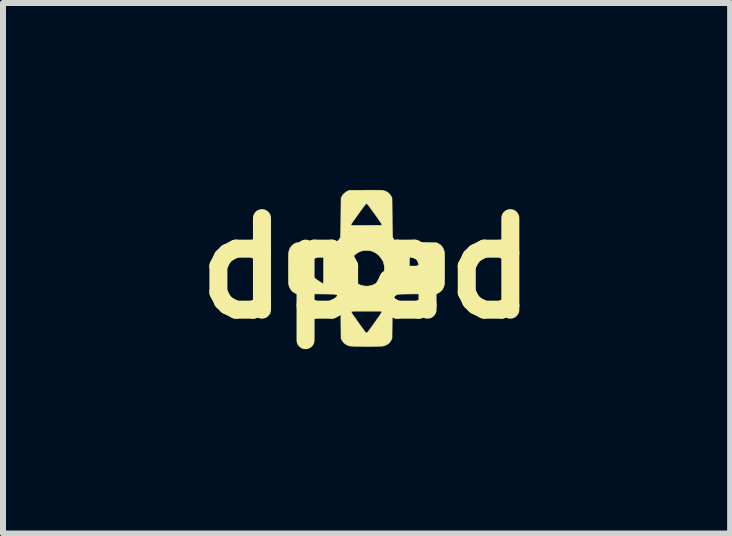
<source format=kicad_pcb>
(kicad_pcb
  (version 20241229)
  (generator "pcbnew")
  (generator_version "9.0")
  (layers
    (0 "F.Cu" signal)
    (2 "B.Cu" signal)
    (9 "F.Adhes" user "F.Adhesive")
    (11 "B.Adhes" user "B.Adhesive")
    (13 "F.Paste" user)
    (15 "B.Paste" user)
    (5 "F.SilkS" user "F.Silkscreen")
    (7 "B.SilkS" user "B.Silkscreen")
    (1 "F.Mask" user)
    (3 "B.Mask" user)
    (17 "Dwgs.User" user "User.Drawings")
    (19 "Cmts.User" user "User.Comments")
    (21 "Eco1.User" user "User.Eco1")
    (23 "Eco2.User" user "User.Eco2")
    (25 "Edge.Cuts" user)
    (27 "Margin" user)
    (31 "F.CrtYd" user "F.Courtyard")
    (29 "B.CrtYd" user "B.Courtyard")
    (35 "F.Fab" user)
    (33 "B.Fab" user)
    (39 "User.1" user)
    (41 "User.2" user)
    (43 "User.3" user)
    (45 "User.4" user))
  (footprint "dpad"
    (layer "F.Cu")
    (at 3.055 1.418)
    (property "Reference" "dpad" (at 0 0 0) (layer "F.SilkS") (effects (font (size 1.524 1.524) (thickness 0.3))))
    (attr through_hole)
    (fp_poly (pts (xy 0.139 -1.3) (xy 0.182 -1.299) (xy 0.217 -1.299) (xy 0.244 -1.298) (xy 0.262 -1.297) (xy 0.267 -1.296) (xy 0.311 -1.285) (xy 0.349 -1.265) (xy 0.38 -1.239) (xy 0.405 -1.206) (xy 0.411 -1.194) (xy 0.424 -1.166) (xy 0.427 -0.846) (xy 0.427 -0.78) (xy 0.428 -0.724) (xy 0.428 -0.677) (xy 0.429 -0.637) (xy 0.429 -0.605) (xy 0.43 -0.579) (xy 0.431 -0.558) (xy 0.432 -0.542) (xy 0.433 -0.529) (xy 0.434 -0.52) (xy 0.436 -0.513) (xy 0.437 -0.508) (xy 0.438 -0.505) (xy 0.457 -0.477) (xy 0.482 -0.453) (xy 0.503 -0.44) (xy 0.508 -0.438) (xy 0.513 -0.436) (xy 0.519 -0.434) (xy 0.527 -0.433) (xy 0.538 -0.432) (xy 0.553 -0.431) (xy 0.571 -0.43) (xy 0.595 -0.429) (xy 0.624 -0.429) (xy 0.66 -0.428) (xy 0.704 -0.428) (xy 0.756 -0.427) (xy 0.817 -0.427) (xy 0.846 -0.427) (xy 1.166 -0.424) (xy 1.194 -0.411) (xy 1.229 -0.389) (xy 1.258 -0.36) (xy 1.279 -0.324) (xy 1.293 -0.283) (xy 1.296 -0.271) (xy 1.297 -0.259) (xy 1.298 -0.238) (xy 1.298 -0.209) (xy 1.299 -0.174) (xy 1.3 -0.134) (xy 1.3 -0.09) (xy 1.3 -0.044) (xy 1.3 0.003) (xy 1.3 0.051) (xy 1.3 0.096) (xy 1.3 0.14) (xy 1.299 0.179) (xy 1.298 0.213) (xy 1.298 0.241) (xy 1.297 0.261) (xy 1.296 0.271) (xy 1.284 0.313) (xy 1.264 0.351) (xy 1.237 0.382) (xy 1.204 0.406) (xy 1.194 0.411) (xy 1.166 0.424) (xy 0.846 0.427) (xy 0.781 0.427) (xy 0.725 0.428) (xy 0.678 0.428) (xy 0.639 0.429) (xy 0.607 0.429) (xy 0.581 0.43) (xy 0.56 0.431) (xy 0.544 0.431) (xy 0.532 0.433) (xy 0.522 0.434) (xy 0.516 0.435) (xy 0.51 0.437) (xy 0.505 0.439) (xy 0.503 0.44) (xy 0.474 0.459) (xy 0.451 0.485) (xy 0.438 0.505) (xy 0.437 0.51) (xy 0.435 0.516) (xy 0.434 0.524) (xy 0.432 0.534) (xy 0.431 0.548) (xy 0.43 0.567) (xy 0.43 0.59) (xy 0.429 0.619) (xy 0.429 0.655) (xy 0.428 0.698) (xy 0.428 0.749) (xy 0.427 0.809) (xy 0.427 0.846) (xy 0.424 1.166) (xy 0.411 1.194) (xy 0.389 1.229) (xy 0.36 1.258) (xy 0.324 1.279) (xy 0.283 1.293) (xy 0.271 1.296) (xy 0.26 1.297) (xy 0.239 1.297) (xy 0.211 1.298) (xy 0.177 1.299) (xy 0.138 1.299) (xy 0.095 1.3) (xy 0.049 1.3) (xy 0.002 1.3) (xy -0.046 1.3) (xy -0.092 1.299) (xy -0.135 1.299) (xy -0.175 1.299) (xy -0.211 1.298) (xy -0.24 1.297) (xy -0.261 1.296) (xy -0.274 1.295) (xy -0.275 1.295) (xy -0.312 1.284) (xy -0.347 1.265) (xy -0.378 1.24) (xy -0.402 1.21) (xy -0.412 1.192) (xy -0.424 1.166) (xy -0.427 0.846) (xy -0.427 0.781) (xy -0.428 0.725) (xy -0.428 0.724) (xy -0.258 0.724) (xy -0.255 0.731) (xy -0.247 0.747) (xy -0.233 0.769) (xy -0.213 0.798) (xy -0.188 0.833) (xy -0.177 0.848) (xy -0.153 0.882) (xy -0.129 0.916) (xy -0.105 0.95) (xy -0.083 0.98) (xy -0.065 1.005) (xy -0.054 1.02) (xy -0.037 1.043) (xy -0.025 1.059) (xy -0.016 1.069) (xy -0.008 1.075) (xy -0.002 1.077) (xy 0.00025 1.077) (xy 0.004 1.076) (xy 0.009 1.074) (xy 0.015 1.068) (xy 0.023 1.06) (xy 0.033 1.047) (xy 0.047 1.029) (xy 0.064 1.006) (xy 0.086 0.977) (xy 0.112 0.94) (xy 0.135 0.908) (xy 0.169 0.86) (xy 0.197 0.82) (xy 0.221 0.786) (xy 0.238 0.759) (xy 0.25 0.74) (xy 0.256 0.729) (xy 0.256 0.726) (xy 0.257 0.714) (xy 0 0.714) (xy -0.058 0.714) (xy -0.106 0.714) (xy -0.146 0.714) (xy -0.178 0.714) (xy -0.203 0.714) (xy -0.222 0.715) (xy -0.236 0.716) (xy -0.246 0.717) (xy -0.252 0.718) (xy -0.256 0.719) (xy -0.257 0.721) (xy -0.258 0.724) (xy -0.258 0.724) (xy -0.428 0.724) (xy -0.428 0.678) (xy -0.429 0.639) (xy -0.429 0.607) (xy -0.43 0.581) (xy -0.431 0.56) (xy -0.431 0.544) (xy -0.433 0.532) (xy -0.434 0.522) (xy -0.435 0.516) (xy -0.437 0.51) (xy -0.439 0.505) (xy -0.44 0.503) (xy -0.459 0.474) (xy -0.485 0.451) (xy -0.505 0.438) (xy -0.51 0.437) (xy -0.516 0.435) (xy -0.524 0.434) (xy -0.534 0.432) (xy -0.548 0.431) (xy -0.567 0.43) (xy -0.59 0.43) (xy -0.619 0.429) (xy -0.655 0.429) (xy -0.698 0.428) (xy -0.749 0.428) (xy -0.809 0.427) (xy -0.846 0.427) (xy -1.166 0.424) (xy -1.194 0.411) (xy -1.229 0.389) (xy -1.258 0.359) (xy -1.279 0.323) (xy -1.293 0.283) (xy -1.295 0.272) (xy -1.297 0.259) (xy -1.298 0.238) (xy -1.298 0.209) (xy -1.299 0.174) (xy -1.3 0.134) (xy -1.3 0.09) (xy -1.3 0.044) (xy -1.3 0.0001) (xy -1.077 0.0001) (xy -1.076 0.004) (xy -1.074 0.009) (xy -1.069 0.015) (xy -1.06 0.022) (xy -1.048 0.033) (xy -1.031 0.046) (xy -1.008 0.063) (xy -0.979 0.084) (xy -0.944 0.109) (xy -0.906 0.137) (xy -0.858 0.17) (xy -0.818 0.199) (xy -0.784 0.222) (xy -0.758 0.239) (xy -0.738 0.251) (xy -0.727 0.257) (xy -0.724 0.258) (xy -0.722 0.257) (xy -0.72 0.256) (xy -0.718 0.253) (xy -0.717 0.247) (xy -0.716 0.238) (xy -0.715 0.224) (xy -0.715 0.206) (xy -0.714 0.181) (xy -0.714 0.15) (xy -0.714 0.111) (xy -0.714 0.064) (xy -0.714 0.018) (xy -0.298 0.018) (xy -0.29 0.069) (xy -0.273 0.119) (xy -0.247 0.167) (xy -0.246 0.168) (xy -0.212 0.209) (xy -0.172 0.244) (xy -0.127 0.27) (xy -0.079 0.288) (xy -0.028 0.297) (xy 0.025 0.298) (xy 0.077 0.289) (xy 0.097 0.283) (xy 0.146 0.26) (xy 0.189 0.231) (xy 0.225 0.195) (xy 0.255 0.154) (xy 0.277 0.109) (xy 0.283 0.091) (xy 0.712 0.091) (xy 0.712 0.134) (xy 0.712 0.172) (xy 0.712 0.204) (xy 0.713 0.228) (xy 0.713 0.245) (xy 0.714 0.253) (xy 0.714 0.253) (xy 0.72 0.258) (xy 0.728 0.258) (xy 0.735 0.255) (xy 0.748 0.246) (xy 0.769 0.233) (xy 0.794 0.215) (xy 0.824 0.194) (xy 0.858 0.171) (xy 0.894 0.145) (xy 0.908 0.135) (xy 0.951 0.104) (xy 0.985 0.079) (xy 1.013 0.059) (xy 1.035 0.042) (xy 1.051 0.03) (xy 1.063 0.02) (xy 1.07 0.012) (xy 1.075 0.007) (xy 1.077 0.002) (xy 1.077 0.000095) (xy 1.076 -0.004) (xy 1.073 -0.009) (xy 1.068 -0.015) (xy 1.058 -0.023) (xy 1.045 -0.034) (xy 1.027 -0.048) (xy 1.003 -0.066) (xy 0.972 -0.089) (xy 0.934 -0.116) (xy 0.908 -0.135) (xy 0.859 -0.17) (xy 0.817 -0.199) (xy 0.783 -0.222) (xy 0.757 -0.24) (xy 0.739 -0.251) (xy 0.728 -0.256) (xy 0.726 -0.256) (xy 0.714 -0.257) (xy 0.712 -0.005) (xy 0.712 0.045) (xy 0.712 0.091) (xy 0.283 0.091) (xy 0.292 0.061) (xy 0.299 0.011) (xy 0.296 -0.04) (xy 0.285 -0.09) (xy 0.27 -0.128) (xy 0.243 -0.173) (xy 0.208 -0.213) (xy 0.166 -0.247) (xy 0.12 -0.273) (xy 0.091 -0.285) (xy 0.069 -0.291) (xy 0.049 -0.295) (xy 0.025 -0.297) (xy 0 -0.297) (xy -0.046 -0.295) (xy -0.087 -0.287) (xy -0.124 -0.272) (xy -0.163 -0.25) (xy -0.165 -0.248) (xy -0.208 -0.214) (xy -0.242 -0.174) (xy -0.269 -0.13) (xy -0.287 -0.083) (xy -0.297 -0.033) (xy -0.298 0.018) (xy -0.714 0.018) (xy -0.714 0.008) (xy -0.714 0) (xy -0.714 -0.257) (xy -0.726 -0.256) (xy -0.734 -0.253) (xy -0.75 -0.244) (xy -0.774 -0.229) (xy -0.805 -0.208) (xy -0.843 -0.181) (xy -0.889 -0.149) (xy -0.908 -0.135) (xy -0.95 -0.105) (xy -0.985 -0.08) (xy -1.013 -0.059) (xy -1.034 -0.043) (xy -1.05 -0.03) (xy -1.062 -0.021) (xy -1.07 -0.013) (xy -1.074 -0.008) (xy -1.077 -0.003) (xy -1.077 0.0001) (xy -1.3 0.0001) (xy -1.3 -0.004) (xy -1.3 -0.051) (xy -1.3 -0.097) (xy -1.3 -0.141) (xy -1.299 -0.18) (xy -1.298 -0.214) (xy -1.297 -0.242) (xy -1.296 -0.262) (xy -1.295 -0.272) (xy -1.284 -0.313) (xy -1.264 -0.35) (xy -1.237 -0.382) (xy -1.204 -0.406) (xy -1.194 -0.411) (xy -1.166 -0.424) (xy -0.846 -0.427) (xy -0.781 -0.427) (xy -0.725 -0.428) (xy -0.678 -0.428) (xy -0.639 -0.429) (xy -0.607 -0.429) (xy -0.581 -0.43) (xy -0.56 -0.431) (xy -0.544 -0.431) (xy -0.532 -0.433) (xy -0.522 -0.434) (xy -0.516 -0.435) (xy -0.51 -0.437) (xy -0.505 -0.439) (xy -0.503 -0.44) (xy -0.474 -0.459) (xy -0.451 -0.485) (xy -0.438 -0.505) (xy -0.437 -0.51) (xy -0.435 -0.516) (xy -0.434 -0.524) (xy -0.432 -0.534) (xy -0.431 -0.548) (xy -0.43 -0.567) (xy -0.43 -0.59) (xy -0.429 -0.619) (xy -0.429 -0.655) (xy -0.428 -0.698) (xy -0.428 -0.723) (xy -0.258 -0.723) (xy -0.257 -0.719) (xy -0.256 -0.717) (xy -0.252 -0.716) (xy -0.244 -0.714) (xy -0.233 -0.714) (xy -0.217 -0.713) (xy -0.196 -0.712) (xy -0.168 -0.712) (xy -0.133 -0.712) (xy -0.09 -0.712) (xy -0.038 -0.712) (xy 0.001 -0.712) (xy 0.257 -0.714) (xy 0.256 -0.726) (xy 0.253 -0.734) (xy 0.244 -0.75) (xy 0.229 -0.773) (xy 0.208 -0.804) (xy 0.182 -0.842) (xy 0.15 -0.887) (xy 0.135 -0.908) (xy 0.104 -0.95) (xy 0.079 -0.985) (xy 0.059 -1.013) (xy 0.042 -1.035) (xy 0.03 -1.051) (xy 0.02 -1.063) (xy 0.012 -1.07) (xy 0.007 -1.075) (xy 0.002 -1.077) (xy 0.000198 -1.077) (xy -0.004 -1.076) (xy -0.009 -1.073) (xy -0.015 -1.068) (xy -0.023 -1.058) (xy -0.034 -1.045) (xy -0.049 -1.026) (xy -0.067 -1.002) (xy -0.089 -0.971) (xy -0.117 -0.933) (xy -0.134 -0.909) (xy -0.16 -0.873) (xy -0.184 -0.839) (xy -0.206 -0.808) (xy -0.225 -0.781) (xy -0.24 -0.759) (xy -0.251 -0.744) (xy -0.257 -0.735) (xy -0.257 -0.734) (xy -0.258 -0.723) (xy -0.428 -0.723) (xy -0.428 -0.749) (xy -0.427 -0.809) (xy -0.427 -0.846) (xy -0.424 -1.166) (xy -0.412 -1.192) (xy -0.396 -1.219) (xy -0.373 -1.245) (xy -0.345 -1.268) (xy -0.316 -1.284) (xy -0.312 -1.286) (xy -0.282 -1.298) (xy -0.023 -1.299) (xy 0.036 -1.3) (xy 0.091 -1.3) (xy 0.139 -1.3)) (stroke (width 0.01) (type solid)) (fill yes) (layer "F.SilkS")))
  (gr_rect
    (start -3 -3)
    (end 9.111 5.836)
    (stroke (width 0.1) (type default))
    (fill no)
    (layer "Edge.Cuts")))
</source>
